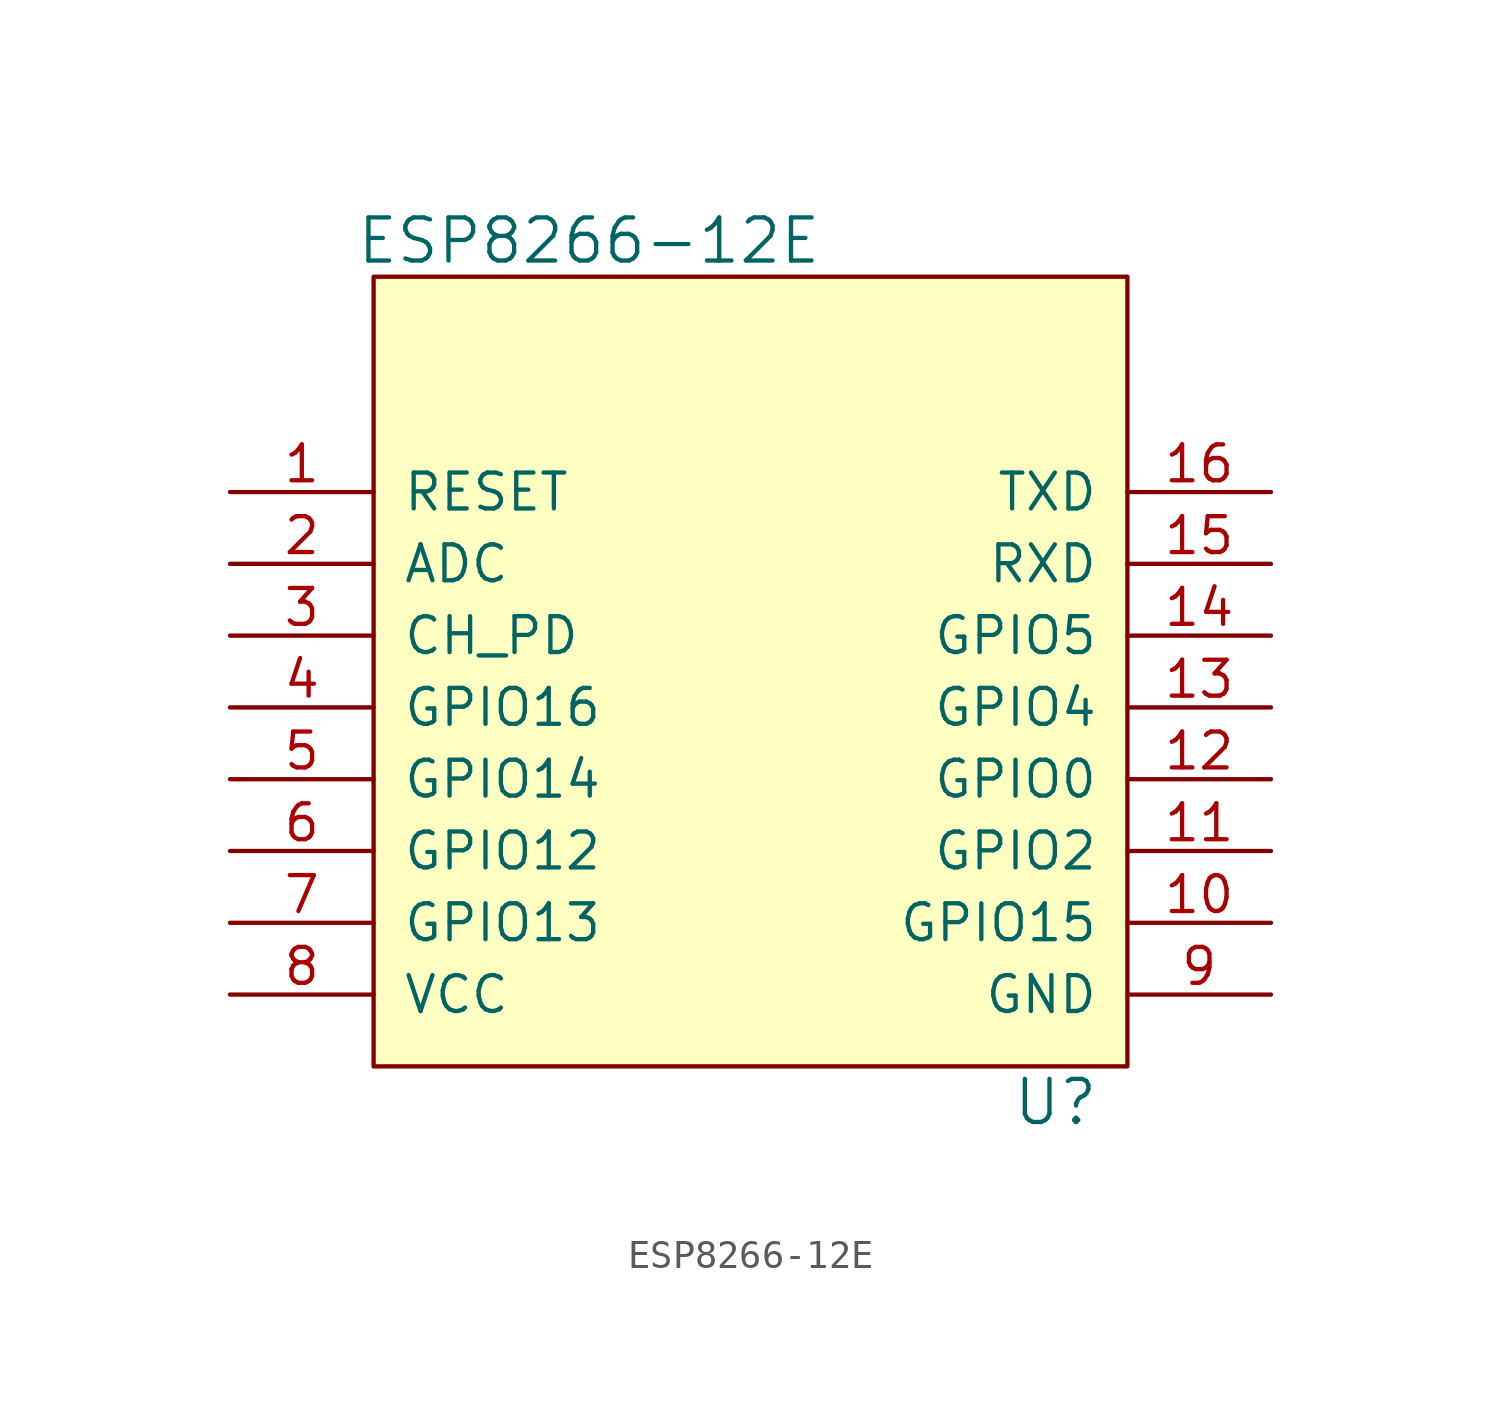
<source format=kicad_sym>
(kicad_symbol_lib
  (version 20211014)
  (generator kicad_symbol_editor)
  (symbol "ESP8266-12E"
    (pin_names
      (offset 1.016))
    (property "Reference" "U"
      (at 10.16 -15.24 0)
      (effects (font (size 1.524 1.524))))
    (property "Value" "ESP8266-12E"
      (at -6.35 15.24 0)
      (effects (font (size 1.524 1.524))))
    (symbol "ESP8266-12E_0_1"
      (rectangle (start -13.97 -13.97) (end 12.7 13.97) (stroke (width 0) (type default) (color 0 0 0 0)) (fill (type background))))
    (symbol "ESP8266-12E_1_1"
      (pin input line (at -19.05 6.35 0) (length 5.08) (name "RESET" (effects (font (size 1.27 1.27)))) (number "1" (effects (font (size 1.27 1.27)))))
      (pin input line (at 17.78 -8.89 180) (length 5.08) (name "GPIO15" (effects (font (size 1.27 1.27)))) (number "10" (effects (font (size 1.27 1.27)))))
      (pin input line (at 17.78 -6.35 180) (length 5.08) (name "GPIO2" (effects (font (size 1.27 1.27)))) (number "11" (effects (font (size 1.27 1.27)))))
      (pin input line (at 17.78 -3.81 180) (length 5.08) (name "GPIO0" (effects (font (size 1.27 1.27)))) (number "12" (effects (font (size 1.27 1.27)))))
      (pin input line (at 17.78 -1.27 180) (length 5.08) (name "GPIO4" (effects (font (size 1.27 1.27)))) (number "13" (effects (font (size 1.27 1.27)))))
      (pin input line (at 17.78 1.27 180) (length 5.08) (name "GPIO5" (effects (font (size 1.27 1.27)))) (number "14" (effects (font (size 1.27 1.27)))))
      (pin input line (at 17.78 3.81 180) (length 5.08) (name "RXD" (effects (font (size 1.27 1.27)))) (number "15" (effects (font (size 1.27 1.27)))))
      (pin input line (at 17.78 6.35 180) (length 5.08) (name "TXD" (effects (font (size 1.27 1.27)))) (number "16" (effects (font (size 1.27 1.27)))))
      (pin input line (at -19.05 3.81 0) (length 5.08) (name "ADC" (effects (font (size 1.27 1.27)))) (number "2" (effects (font (size 1.27 1.27)))))
      (pin input line (at -19.05 1.27 0) (length 5.08) (name "CH_PD" (effects (font (size 1.27 1.27)))) (number "3" (effects (font (size 1.27 1.27)))))
      (pin input line (at -19.05 -1.27 0) (length 5.08) (name "GPIO16" (effects (font (size 1.27 1.27)))) (number "4" (effects (font (size 1.27 1.27)))))
      (pin input line (at -19.05 -3.81 0) (length 5.08) (name "GPIO14" (effects (font (size 1.27 1.27)))) (number "5" (effects (font (size 1.27 1.27)))))
      (pin input line (at -19.05 -6.35 0) (length 5.08) (name "GPIO12" (effects (font (size 1.27 1.27)))) (number "6" (effects (font (size 1.27 1.27)))))
      (pin input line (at -19.05 -8.89 0) (length 5.08) (name "GPIO13" (effects (font (size 1.27 1.27)))) (number "7" (effects (font (size 1.27 1.27)))))
      (pin power_in line (at -19.05 -11.43 0) (length 5.08) (name "VCC" (effects (font (size 1.27 1.27)))) (number "8" (effects (font (size 1.27 1.27)))))
      (pin power_in line (at 17.78 -11.43 180) (length 5.08) (name "GND" (effects (font (size 1.27 1.27)))) (number "9" (effects (font (size 1.27 1.27))))))))
</source>
